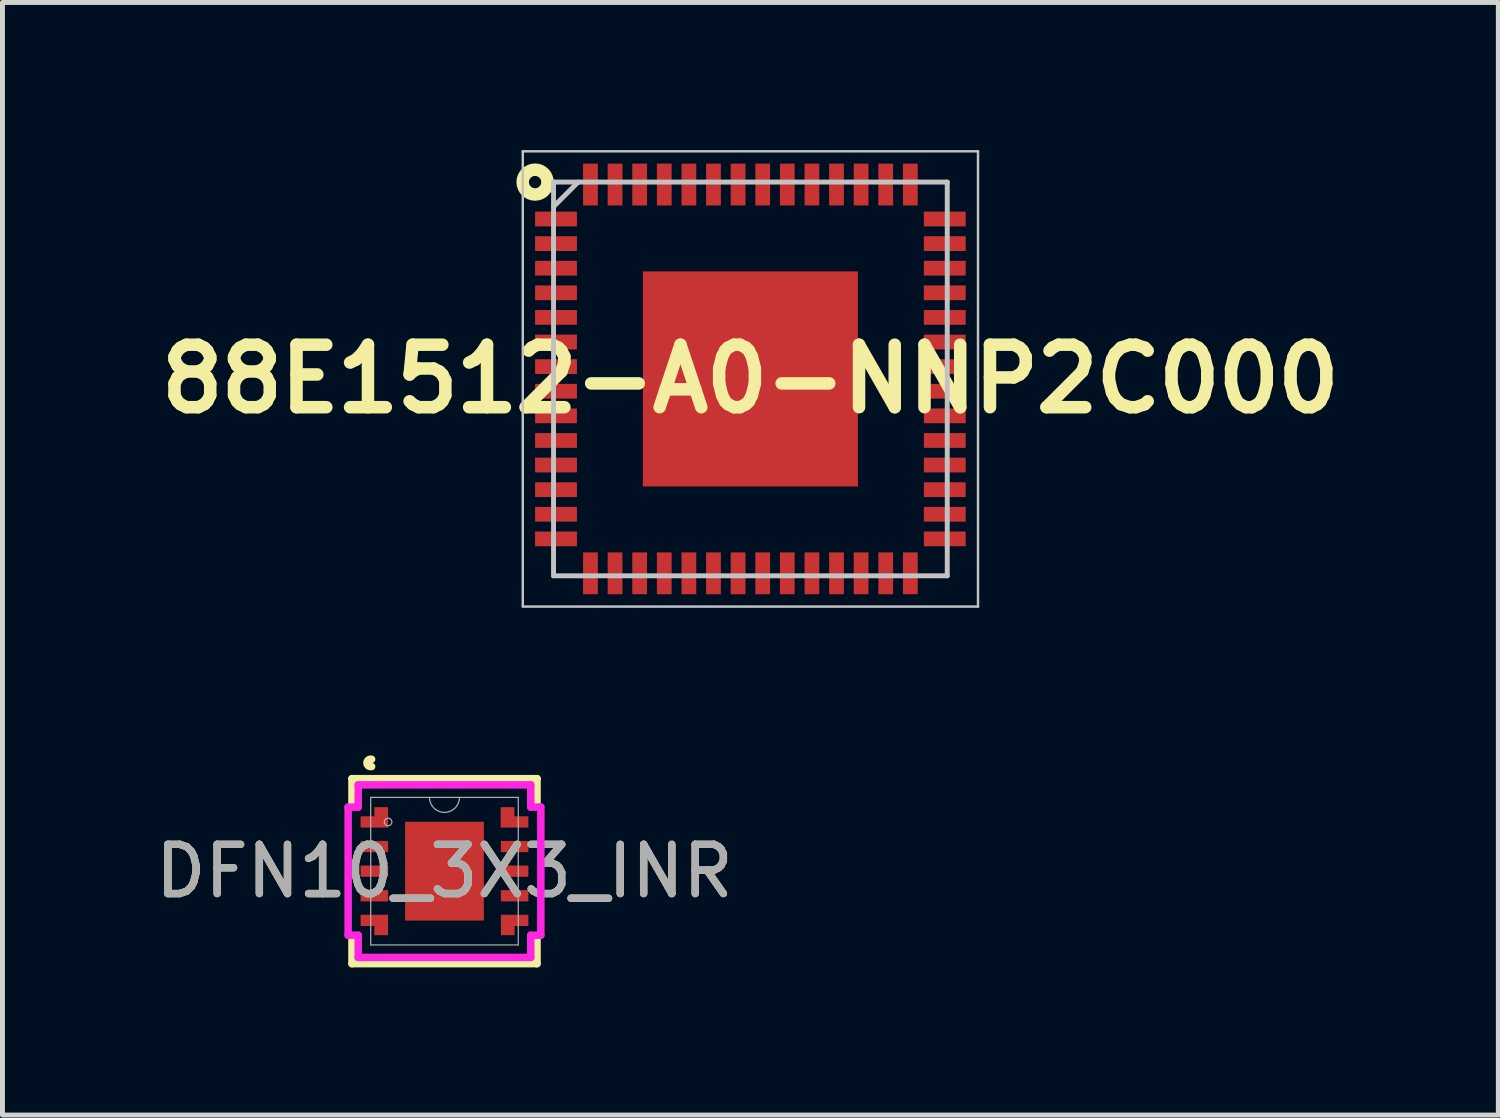
<source format=kicad_pcb>
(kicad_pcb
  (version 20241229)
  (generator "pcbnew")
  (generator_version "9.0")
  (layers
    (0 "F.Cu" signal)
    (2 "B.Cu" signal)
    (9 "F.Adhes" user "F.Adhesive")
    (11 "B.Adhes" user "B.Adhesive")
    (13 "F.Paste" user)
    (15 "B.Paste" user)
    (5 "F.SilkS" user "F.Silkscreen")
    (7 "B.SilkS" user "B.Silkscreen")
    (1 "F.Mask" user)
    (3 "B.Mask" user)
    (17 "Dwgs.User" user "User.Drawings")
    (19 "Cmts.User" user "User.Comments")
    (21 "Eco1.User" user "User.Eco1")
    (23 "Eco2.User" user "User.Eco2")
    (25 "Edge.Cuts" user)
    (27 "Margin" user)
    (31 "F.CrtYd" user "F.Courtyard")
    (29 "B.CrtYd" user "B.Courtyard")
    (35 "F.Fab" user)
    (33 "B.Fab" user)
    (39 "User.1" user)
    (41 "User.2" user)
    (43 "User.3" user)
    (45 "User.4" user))
  (footprint "88E1512-A0-NNP2C000"
    (layer "F.Cu")
    (at 12.198 4.65)
    (property "Reference" "88E1512-A0-NNP2C000" (at 0 0 0) (layer "F.SilkS") (effects (font (size 1.27 1.27) (thickness 0.254))))
    (attr smd)
    (fp_circle (center -4.375 -4) (end -4.25 -4) (stroke (width 0.254) (type solid)) (fill no) (layer "F.SilkS"))
    (fp_line (start -4.625 -4.625) (end 4.625 -4.625) (stroke (width 0.05) (type solid)) (layer "Dwgs.User"))
    (fp_line (start -4.625 4.625) (end -4.625 -4.625) (stroke (width 0.05) (type solid)) (layer "Dwgs.User"))
    (fp_line (start -4 -4) (end 4 -4) (stroke (width 0.1) (type solid)) (layer "Dwgs.User"))
    (fp_line (start -4 -3.5) (end -3.5 -4) (stroke (width 0.1) (type solid)) (layer "Dwgs.User"))
    (fp_line (start -4 4) (end -4 -4) (stroke (width 0.1) (type solid)) (layer "Dwgs.User"))
    (fp_line (start 4 -4) (end 4 4) (stroke (width 0.1) (type solid)) (layer "Dwgs.User"))
    (fp_line (start 4 4) (end -4 4) (stroke (width 0.1) (type solid)) (layer "Dwgs.User"))
    (fp_line (start 4.625 -4.625) (end 4.625 4.625) (stroke (width 0.05) (type solid)) (layer "Dwgs.User"))
    (fp_line (start 4.625 4.625) (end -4.625 4.625) (stroke (width 0.05) (type solid)) (layer "Dwgs.User"))
    (pad "1" smd rect (at -3.95 -3.25 90) (size 0.3 0.85) (layers "F.Cu" "F.Mask" "F.Paste"))
    (pad "2" smd rect (at -3.95 -2.75 90) (size 0.3 0.85) (layers "F.Cu" "F.Mask" "F.Paste"))
    (pad "3" smd rect (at -3.95 -2.25 90) (size 0.3 0.85) (layers "F.Cu" "F.Mask" "F.Paste"))
    (pad "4" smd rect (at -3.95 -1.75 90) (size 0.3 0.85) (layers "F.Cu" "F.Mask" "F.Paste"))
    (pad "5" smd rect (at -3.95 -1.25 90) (size 0.3 0.85) (layers "F.Cu" "F.Mask" "F.Paste"))
    (pad "6" smd rect (at -3.95 -0.75 90) (size 0.3 0.85) (layers "F.Cu" "F.Mask" "F.Paste"))
    (pad "7" smd rect (at -3.95 -0.25 90) (size 0.3 0.85) (layers "F.Cu" "F.Mask" "F.Paste"))
    (pad "8" smd rect (at -3.95 0.25 90) (size 0.3 0.85) (layers "F.Cu" "F.Mask" "F.Paste"))
    (pad "9" smd rect (at -3.95 0.75 90) (size 0.3 0.85) (layers "F.Cu" "F.Mask" "F.Paste"))
    (pad "10" smd rect (at -3.95 1.25 90) (size 0.3 0.85) (layers "F.Cu" "F.Mask" "F.Paste"))
    (pad "11" smd rect (at -3.95 1.75 90) (size 0.3 0.85) (layers "F.Cu" "F.Mask" "F.Paste"))
    (pad "12" smd rect (at -3.95 2.25 90) (size 0.3 0.85) (layers "F.Cu" "F.Mask" "F.Paste"))
    (pad "13" smd rect (at -3.95 2.75 90) (size 0.3 0.85) (layers "F.Cu" "F.Mask" "F.Paste"))
    (pad "14" smd rect (at -3.95 3.25 90) (size 0.3 0.85) (layers "F.Cu" "F.Mask" "F.Paste"))
    (pad "15" smd rect (at -3.25 3.95) (size 0.3 0.85) (layers "F.Cu" "F.Mask" "F.Paste"))
    (pad "16" smd rect (at -2.75 3.95) (size 0.3 0.85) (layers "F.Cu" "F.Mask" "F.Paste"))
    (pad "17" smd rect (at -2.25 3.95) (size 0.3 0.85) (layers "F.Cu" "F.Mask" "F.Paste"))
    (pad "18" smd rect (at -1.75 3.95) (size 0.3 0.85) (layers "F.Cu" "F.Mask" "F.Paste"))
    (pad "19" smd rect (at -1.25 3.95) (size 0.3 0.85) (layers "F.Cu" "F.Mask" "F.Paste"))
    (pad "20" smd rect (at -0.75 3.95) (size 0.3 0.85) (layers "F.Cu" "F.Mask" "F.Paste"))
    (pad "21" smd rect (at -0.25 3.95) (size 0.3 0.85) (layers "F.Cu" "F.Mask" "F.Paste"))
    (pad "22" smd rect (at 0.25 3.95) (size 0.3 0.85) (layers "F.Cu" "F.Mask" "F.Paste"))
    (pad "23" smd rect (at 0.75 3.95) (size 0.3 0.85) (layers "F.Cu" "F.Mask" "F.Paste"))
    (pad "24" smd rect (at 1.25 3.95) (size 0.3 0.85) (layers "F.Cu" "F.Mask" "F.Paste"))
    (pad "25" smd rect (at 1.75 3.95) (size 0.3 0.85) (layers "F.Cu" "F.Mask" "F.Paste"))
    (pad "26" smd rect (at 2.25 3.95) (size 0.3 0.85) (layers "F.Cu" "F.Mask" "F.Paste"))
    (pad "27" smd rect (at 2.75 3.95) (size 0.3 0.85) (layers "F.Cu" "F.Mask" "F.Paste"))
    (pad "28" smd rect (at 3.25 3.95) (size 0.3 0.85) (layers "F.Cu" "F.Mask" "F.Paste"))
    (pad "29" smd rect (at 3.95 3.25 90) (size 0.3 0.85) (layers "F.Cu" "F.Mask" "F.Paste"))
    (pad "30" smd rect (at 3.95 2.75 90) (size 0.3 0.85) (layers "F.Cu" "F.Mask" "F.Paste"))
    (pad "31" smd rect (at 3.95 2.25 90) (size 0.3 0.85) (layers "F.Cu" "F.Mask" "F.Paste"))
    (pad "32" smd rect (at 3.95 1.75 90) (size 0.3 0.85) (layers "F.Cu" "F.Mask" "F.Paste"))
    (pad "33" smd rect (at 3.95 1.25 90) (size 0.3 0.85) (layers "F.Cu" "F.Mask" "F.Paste"))
    (pad "34" smd rect (at 3.95 0.75 90) (size 0.3 0.85) (layers "F.Cu" "F.Mask" "F.Paste"))
    (pad "35" smd rect (at 3.95 0.25 90) (size 0.3 0.85) (layers "F.Cu" "F.Mask" "F.Paste"))
    (pad "36" smd rect (at 3.95 -0.25 90) (size 0.3 0.85) (layers "F.Cu" "F.Mask" "F.Paste"))
    (pad "37" smd rect (at 3.95 -0.75 90) (size 0.3 0.85) (layers "F.Cu" "F.Mask" "F.Paste"))
    (pad "38" smd rect (at 3.95 -1.25 90) (size 0.3 0.85) (layers "F.Cu" "F.Mask" "F.Paste"))
    (pad "39" smd rect (at 3.95 -1.75 90) (size 0.3 0.85) (layers "F.Cu" "F.Mask" "F.Paste"))
    (pad "40" smd rect (at 3.95 -2.25 90) (size 0.3 0.85) (layers "F.Cu" "F.Mask" "F.Paste"))
    (pad "41" smd rect (at 3.95 -2.75 90) (size 0.3 0.85) (layers "F.Cu" "F.Mask" "F.Paste"))
    (pad "42" smd rect (at 3.95 -3.25 90) (size 0.3 0.85) (layers "F.Cu" "F.Mask" "F.Paste"))
    (pad "43" smd rect (at 3.25 -3.95) (size 0.3 0.85) (layers "F.Cu" "F.Mask" "F.Paste"))
    (pad "44" smd rect (at 2.75 -3.95) (size 0.3 0.85) (layers "F.Cu" "F.Mask" "F.Paste"))
    (pad "45" smd rect (at 2.25 -3.95) (size 0.3 0.85) (layers "F.Cu" "F.Mask" "F.Paste"))
    (pad "46" smd rect (at 1.75 -3.95) (size 0.3 0.85) (layers "F.Cu" "F.Mask" "F.Paste"))
    (pad "47" smd rect (at 1.25 -3.95) (size 0.3 0.85) (layers "F.Cu" "F.Mask" "F.Paste"))
    (pad "48" smd rect (at 0.75 -3.95) (size 0.3 0.85) (layers "F.Cu" "F.Mask" "F.Paste"))
    (pad "49" smd rect (at 0.25 -3.95) (size 0.3 0.85) (layers "F.Cu" "F.Mask" "F.Paste"))
    (pad "50" smd rect (at -0.25 -3.95) (size 0.3 0.85) (layers "F.Cu" "F.Mask" "F.Paste"))
    (pad "51" smd rect (at -0.75 -3.95) (size 0.3 0.85) (layers "F.Cu" "F.Mask" "F.Paste"))
    (pad "52" smd rect (at -1.25 -3.95) (size 0.3 0.85) (layers "F.Cu" "F.Mask" "F.Paste"))
    (pad "53" smd rect (at -1.75 -3.95) (size 0.3 0.85) (layers "F.Cu" "F.Mask" "F.Paste"))
    (pad "54" smd rect (at -2.25 -3.95) (size 0.3 0.85) (layers "F.Cu" "F.Mask" "F.Paste"))
    (pad "55" smd rect (at -2.75 -3.95) (size 0.3 0.85) (layers "F.Cu" "F.Mask" "F.Paste"))
    (pad "56" smd rect (at -3.25 -3.95) (size 0.3 0.85) (layers "F.Cu" "F.Mask" "F.Paste"))
    (pad "57" smd rect (at 0 0) (size 4.37 4.37) (layers "F.Cu" "F.Mask" "F.Paste")))
  (footprint "DFN10_3X3_INR"
    (layer "F.Cu")
    (at 5.982 14.652)
    (property "Reference" "DFN10_3X3_INR" (at 0 0 0) (unlocked yes) (layer "F.SilkS") (effects (font (size 1 1) (thickness 0.15))))
    (attr smd)
    (fp_poly (pts (xy -1.704 -1.114) (xy -1.704 -0.886) (xy -1.146 -0.886) (xy -1.146 -1.114)) (stroke (width 0) (type solid)) (fill yes) (layer "F.Mask"))
    (fp_poly (pts (xy -1.704 -0.614) (xy -1.704 -0.386) (xy -1.146 -0.386) (xy -1.146 -0.614)) (stroke (width 0) (type solid)) (fill yes) (layer "F.Mask"))
    (fp_poly (pts (xy -1.704 -0.114) (xy -1.704 0.114) (xy -1.146 0.114) (xy -1.146 -0.114)) (stroke (width 0) (type solid)) (fill yes) (layer "F.Mask"))
    (fp_poly (pts (xy -1.704 0.386) (xy -1.704 0.614) (xy -1.146 0.614) (xy -1.146 0.386)) (stroke (width 0) (type solid)) (fill yes) (layer "F.Mask"))
    (fp_poly (pts (xy -1.704 0.886) (xy -1.704 1.114) (xy -1.146 1.114) (xy -1.146 0.886)) (stroke (width 0) (type solid)) (fill yes) (layer "F.Mask"))
    (fp_poly (pts (xy 1.146 -1.114) (xy 1.146 -0.886) (xy 1.704 -0.886) (xy 1.704 -1.114)) (stroke (width 0) (type solid)) (fill yes) (layer "F.Mask"))
    (fp_poly (pts (xy 1.146 -0.614) (xy 1.146 -0.386) (xy 1.704 -0.386) (xy 1.704 -0.614)) (stroke (width 0) (type solid)) (fill yes) (layer "F.Mask"))
    (fp_poly (pts (xy 1.146 -0.114) (xy 1.146 0.114) (xy 1.704 0.114) (xy 1.704 -0.114)) (stroke (width 0) (type solid)) (fill yes) (layer "F.Mask"))
    (fp_poly (pts (xy 1.146 0.386) (xy 1.146 0.614) (xy 1.704 0.614) (xy 1.704 0.386)) (stroke (width 0) (type solid)) (fill yes) (layer "F.Mask"))
    (fp_poly (pts (xy 1.146 0.886) (xy 1.146 1.114) (xy 1.704 1.114) (xy 1.704 0.886)) (stroke (width 0) (type solid)) (fill yes) (layer "F.Mask"))
    (fp_line (start -1.88 -1.88) (end -1.88 -1.397) (stroke (width 0.152) (type solid)) (layer "F.SilkS"))
    (fp_line (start -1.88 1.397) (end -1.88 1.88) (stroke (width 0.152) (type solid)) (layer "F.SilkS"))
    (fp_line (start -1.88 1.88) (end 1.88 1.88) (stroke (width 0.152) (type solid)) (layer "F.SilkS"))
    (fp_line (start 1.88 -1.88) (end -1.88 -1.88) (stroke (width 0.152) (type solid)) (layer "F.SilkS"))
    (fp_line (start 1.88 -1.397) (end 1.88 -1.88) (stroke (width 0.152) (type solid)) (layer "F.SilkS"))
    (fp_line (start 1.88 1.88) (end 1.88 1.397) (stroke (width 0.152) (type solid)) (layer "F.SilkS"))
    (fp_arc (start -1.481138 -2.126171) (mid -1.5762 -2.2) (end -1.481138 -2.273829) (stroke (width 0.1524) (type solid)) (layer "F.SilkS"))
    (fp_poly (pts (xy -1.704 -1.114) (xy -1.704 -0.886) (xy -1.146 -0.886) (xy -1.146 -1.114)) (stroke (width 0) (type solid)) (fill yes) (layer "F.Paste"))
    (fp_poly (pts (xy -1.704 -0.614) (xy -1.704 -0.386) (xy -1.146 -0.386) (xy -1.146 -0.614)) (stroke (width 0) (type solid)) (fill yes) (layer "F.Paste"))
    (fp_poly (pts (xy -1.704 -0.114) (xy -1.704 0.114) (xy -1.146 0.114) (xy -1.146 -0.114)) (stroke (width 0) (type solid)) (fill yes) (layer "F.Paste"))
    (fp_poly (pts (xy -1.704 0.386) (xy -1.704 0.614) (xy -1.146 0.614) (xy -1.146 0.386)) (stroke (width 0) (type solid)) (fill yes) (layer "F.Paste"))
    (fp_poly (pts (xy -1.704 0.886) (xy -1.704 1.114) (xy -1.146 1.114) (xy -1.146 0.886)) (stroke (width 0) (type solid)) (fill yes) (layer "F.Paste"))
    (fp_poly (pts (xy -0.8 -1.003) (xy -0.8 1.003) (xy 0.8 1.003) (xy 0.8 -1.003)) (stroke (width 0) (type solid)) (fill yes) (layer "F.Paste"))
    (fp_poly (pts (xy 1.146 -1.114) (xy 1.146 -0.886) (xy 1.704 -0.886) (xy 1.704 -1.114)) (stroke (width 0) (type solid)) (fill yes) (layer "F.Paste"))
    (fp_poly (pts (xy 1.146 -0.614) (xy 1.146 -0.386) (xy 1.704 -0.386) (xy 1.704 -0.614)) (stroke (width 0) (type solid)) (fill yes) (layer "F.Paste"))
    (fp_poly (pts (xy 1.146 -0.114) (xy 1.146 0.114) (xy 1.704 0.114) (xy 1.704 -0.114)) (stroke (width 0) (type solid)) (fill yes) (layer "F.Paste"))
    (fp_poly (pts (xy 1.146 0.386) (xy 1.146 0.614) (xy 1.704 0.614) (xy 1.704 0.386)) (stroke (width 0) (type solid)) (fill yes) (layer "F.Paste"))
    (fp_poly (pts (xy 1.146 0.886) (xy 1.146 1.114) (xy 1.704 1.114) (xy 1.704 0.886)) (stroke (width 0) (type solid)) (fill yes) (layer "F.Paste"))
    (fp_line (start -1.958 -1.301) (end -1.753 -1.301) (stroke (width 0.152) (type solid)) (layer "F.CrtYd"))
    (fp_line (start -1.958 1.301) (end -1.958 -1.301) (stroke (width 0.152) (type solid)) (layer "F.CrtYd"))
    (fp_line (start -1.958 1.301) (end -1.753 1.301) (stroke (width 0.152) (type solid)) (layer "F.CrtYd"))
    (fp_line (start -1.753 -1.753) (end 1.753 -1.753) (stroke (width 0.152) (type solid)) (layer "F.CrtYd"))
    (fp_line (start -1.753 -1.301) (end -1.753 -1.753) (stroke (width 0.152) (type solid)) (layer "F.CrtYd"))
    (fp_line (start -1.753 1.753) (end -1.753 1.301) (stroke (width 0.152) (type solid)) (layer "F.CrtYd"))
    (fp_line (start 1.753 -1.753) (end 1.753 -1.301) (stroke (width 0.152) (type solid)) (layer "F.CrtYd"))
    (fp_line (start 1.753 1.301) (end 1.753 1.753) (stroke (width 0.152) (type solid)) (layer "F.CrtYd"))
    (fp_line (start 1.753 1.753) (end -1.753 1.753) (stroke (width 0.152) (type solid)) (layer "F.CrtYd"))
    (fp_line (start 1.958 -1.301) (end 1.753 -1.301) (stroke (width 0.152) (type solid)) (layer "F.CrtYd"))
    (fp_line (start 1.958 -1.301) (end 1.958 1.301) (stroke (width 0.152) (type solid)) (layer "F.CrtYd"))
    (fp_line (start 1.958 1.301) (end 1.753 1.301) (stroke (width 0.152) (type solid)) (layer "F.CrtYd"))
    (fp_line (start -1.499 -1.499) (end -1.499 1.499) (stroke (width 0.025) (type solid)) (layer "F.Fab"))
    (fp_line (start -1.499 1.499) (end 1.499 1.499) (stroke (width 0.025) (type solid)) (layer "F.Fab"))
    (fp_line (start 1.499 -1.499) (end -1.499 -1.499) (stroke (width 0.025) (type solid)) (layer "F.Fab"))
    (fp_line (start 1.499 1.499) (end 1.499 -1.499) (stroke (width 0.025) (type solid)) (layer "F.Fab"))
    (fp_arc (start 0.3048 -1.4986) (mid 0 -1.1938) (end -0.3048 -1.4986) (stroke (width 0.0254) (type solid)) (layer "F.Fab"))
    (fp_circle (center -1.146 -1) (end -1.069 -1) (stroke (width 0.025) (type solid)) (fill no) (layer "F.Fab"))
    (fp_text user "${REFERENCE}" (at 0 0 0) (unlocked yes) (layer "F.Fab") (effects (font (size 1 1) (thickness 0.15))))
    (pad "1" smd custom (at -1.425 -1) (size 0.559 0.229) (layers "F.Cu" "F.Mask" "F.Paste") (options (anchor rect)) (primitives (gr_poly (pts (xy 0.000007 -0.301) (xy 0.000007 0.114) (xy 0.279 0.114) (xy 0.279 -0.301)) (width 0) (fill yes))))
    (pad "2" smd rect (at -1.425 -0.5) (size 0.559 0.229) (layers "F.Cu" "F.Mask" "F.Paste"))
    (pad "3" smd rect (at -1.425 0) (size 0.559 0.229) (layers "F.Cu" "F.Mask" "F.Paste"))
    (pad "4" smd rect (at -1.425 0.5) (size 0.559 0.229) (layers "F.Cu" "F.Mask" "F.Paste"))
    (pad "5" smd custom (at -1.425 1) (size 0.559 0.229) (layers "F.Cu" "F.Mask" "F.Paste") (options (anchor rect)) (primitives (gr_poly (pts (xy 0.000007 -0.114) (xy 0.000007 0.301) (xy 0.279 0.301) (xy 0.279 -0.114)) (width 0) (fill yes))))
    (pad "6" smd custom (at 1.425 1) (size 0.559 0.229) (layers "F.Cu" "F.Mask" "F.Paste") (options (anchor rect)) (primitives (gr_poly (pts (xy -0.279 -0.114) (xy -0.279 0.301) (xy -0.000007 0.301) (xy -0.000007 -0.114)) (width 0) (fill yes))))
    (pad "7" smd rect (at 1.425 0.5) (size 0.559 0.229) (layers "F.Cu" "F.Mask" "F.Paste"))
    (pad "8" smd rect (at 1.425 0) (size 0.559 0.229) (layers "F.Cu" "F.Mask" "F.Paste"))
    (pad "9" smd rect (at 1.425 -0.5) (size 0.559 0.229) (layers "F.Cu" "F.Mask" "F.Paste"))
    (pad "10" smd custom (at 1.425 -1) (size 0.559 0.229) (layers "F.Cu" "F.Mask" "F.Paste") (options (anchor rect)) (primitives (gr_poly (pts (xy -0.284 -0.3) (xy -0.284 0.115) (xy -0.005 0.115) (xy -0.005 -0.3)) (width 0) (fill yes))))
    (pad "11" smd rect (at 0 0) (size 1.6 2.007) (layers "F.Cu" "F.Mask")))
  (gr_rect
    (start -3 -3)
    (end 27.396 19.608)
    (stroke (width 0.1) (type default))
    (fill no)
    (layer "Edge.Cuts")))
</source>
